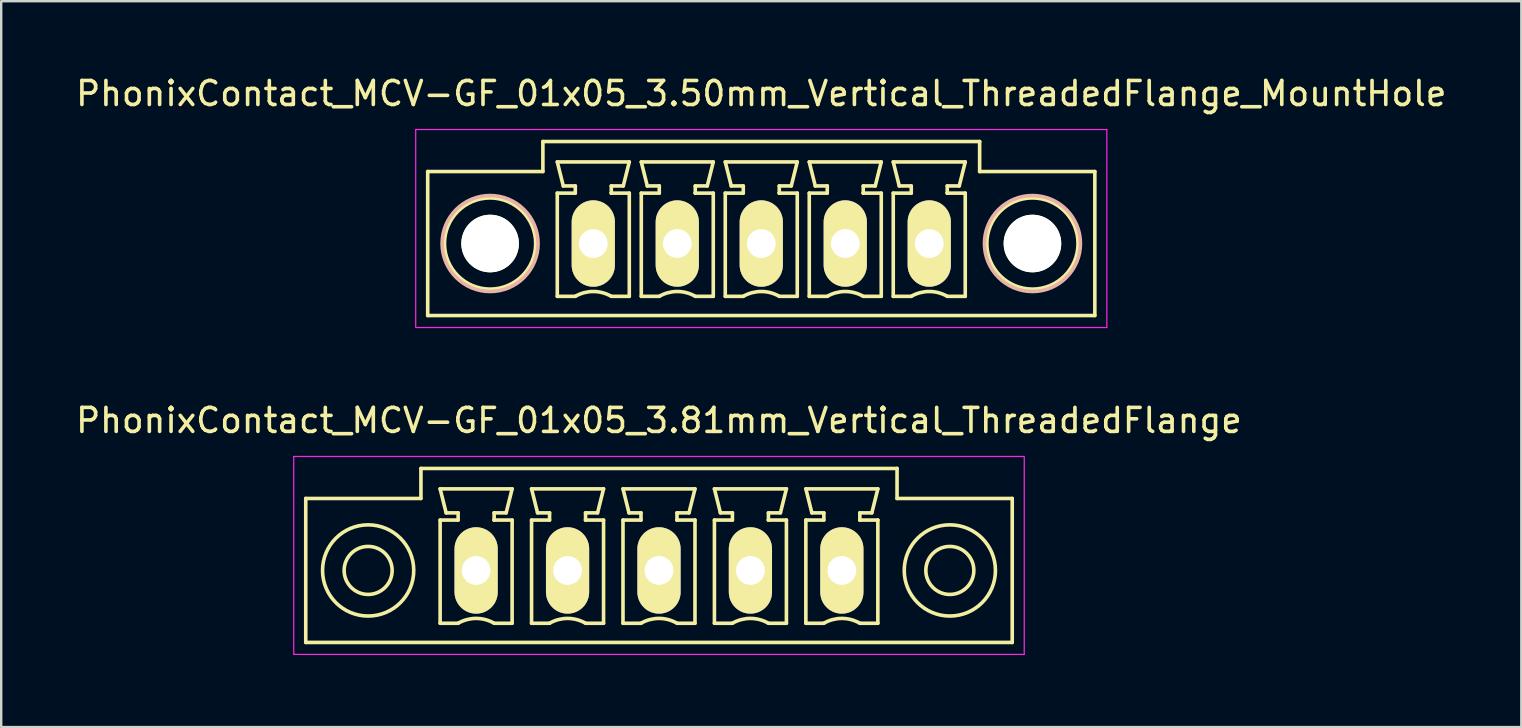
<source format=kicad_pcb>
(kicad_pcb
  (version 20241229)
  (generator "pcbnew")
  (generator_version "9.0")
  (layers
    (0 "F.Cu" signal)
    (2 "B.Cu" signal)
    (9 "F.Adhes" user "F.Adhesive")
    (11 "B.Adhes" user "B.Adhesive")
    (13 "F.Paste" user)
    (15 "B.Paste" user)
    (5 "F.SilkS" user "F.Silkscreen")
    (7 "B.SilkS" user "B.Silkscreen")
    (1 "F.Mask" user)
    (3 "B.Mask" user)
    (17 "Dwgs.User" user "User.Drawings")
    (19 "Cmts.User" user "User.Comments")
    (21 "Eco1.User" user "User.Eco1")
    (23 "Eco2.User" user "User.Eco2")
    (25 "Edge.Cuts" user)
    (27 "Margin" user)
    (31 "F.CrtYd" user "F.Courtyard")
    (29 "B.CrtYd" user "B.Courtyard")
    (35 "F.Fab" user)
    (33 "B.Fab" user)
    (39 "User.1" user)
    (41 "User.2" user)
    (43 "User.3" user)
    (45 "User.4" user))
  (footprint "PhonixContact_MCV-GF_01x05_3.81mm_Vertical_ThreadedFlange"
    (layer "F.Cu")
    (at 16.791 20.721)
    (property "Reference" "PhonixContact_MCV-GF_01x05_3.81mm_Vertical_ThreadedFlange" (at 7.62 -6.25 0) (layer "F.SilkS") (effects (font (size 1 1) (thickness 0.15))))
    (attr through_hole)
    (fp_line (start -7.1 -3) (end -7.1 3) (stroke (width 0.15) (type solid)) (layer "F.SilkS"))
    (fp_line (start -7.1 3) (end 22.34 3) (stroke (width 0.15) (type solid)) (layer "F.SilkS"))
    (fp_line (start -2.3 -4.25) (end -2.3 -3) (stroke (width 0.15) (type solid)) (layer "F.SilkS"))
    (fp_line (start -2.3 -3) (end -7.1 -3) (stroke (width 0.15) (type solid)) (layer "F.SilkS"))
    (fp_line (start -1.5 -3.4) (end 1.5 -3.4) (stroke (width 0.15) (type solid)) (layer "F.SilkS"))
    (fp_line (start -1.5 -2.1) (end -0.75 -2.1) (stroke (width 0.15) (type solid)) (layer "F.SilkS"))
    (fp_line (start -1.5 2.2) (end -1.5 -2.1) (stroke (width 0.15) (type solid)) (layer "F.SilkS"))
    (fp_line (start -1.25 -2.4) (end -1.5 -3.4) (stroke (width 0.15) (type solid)) (layer "F.SilkS"))
    (fp_line (start -0.75 -2.4) (end -1.25 -2.4) (stroke (width 0.15) (type solid)) (layer "F.SilkS"))
    (fp_line (start -0.75 -2.1) (end -0.75 -2.4) (stroke (width 0.15) (type solid)) (layer "F.SilkS"))
    (fp_line (start -0.75 2.2) (end -1.5 2.2) (stroke (width 0.15) (type solid)) (layer "F.SilkS"))
    (fp_line (start 0.75 -2.4) (end 0.75 -2.1) (stroke (width 0.15) (type solid)) (layer "F.SilkS"))
    (fp_line (start 0.75 -2.1) (end 0.75 -2.1) (stroke (width 0.15) (type solid)) (layer "F.SilkS"))
    (fp_line (start 0.75 -2.1) (end 1.5 -2.1) (stroke (width 0.15) (type solid)) (layer "F.SilkS"))
    (fp_line (start 1.25 -2.4) (end 0.75 -2.4) (stroke (width 0.15) (type solid)) (layer "F.SilkS"))
    (fp_line (start 1.5 -3.4) (end 1.25 -2.4) (stroke (width 0.15) (type solid)) (layer "F.SilkS"))
    (fp_line (start 1.5 -2.1) (end 1.5 2.2) (stroke (width 0.15) (type solid)) (layer "F.SilkS"))
    (fp_line (start 1.5 2.2) (end 0.75 2.2) (stroke (width 0.15) (type solid)) (layer "F.SilkS"))
    (fp_line (start 2.31 -3.4) (end 5.31 -3.4) (stroke (width 0.15) (type solid)) (layer "F.SilkS"))
    (fp_line (start 2.31 -2.1) (end 3.06 -2.1) (stroke (width 0.15) (type solid)) (layer "F.SilkS"))
    (fp_line (start 2.31 2.2) (end 2.31 -2.1) (stroke (width 0.15) (type solid)) (layer "F.SilkS"))
    (fp_line (start 2.56 -2.4) (end 2.31 -3.4) (stroke (width 0.15) (type solid)) (layer "F.SilkS"))
    (fp_line (start 3.06 -2.4) (end 2.56 -2.4) (stroke (width 0.15) (type solid)) (layer "F.SilkS"))
    (fp_line (start 3.06 -2.1) (end 3.06 -2.4) (stroke (width 0.15) (type solid)) (layer "F.SilkS"))
    (fp_line (start 3.06 2.2) (end 2.31 2.2) (stroke (width 0.15) (type solid)) (layer "F.SilkS"))
    (fp_line (start 4.56 -2.4) (end 4.56 -2.1) (stroke (width 0.15) (type solid)) (layer "F.SilkS"))
    (fp_line (start 4.56 -2.1) (end 4.56 -2.1) (stroke (width 0.15) (type solid)) (layer "F.SilkS"))
    (fp_line (start 4.56 -2.1) (end 5.31 -2.1) (stroke (width 0.15) (type solid)) (layer "F.SilkS"))
    (fp_line (start 5.06 -2.4) (end 4.56 -2.4) (stroke (width 0.15) (type solid)) (layer "F.SilkS"))
    (fp_line (start 5.31 -3.4) (end 5.06 -2.4) (stroke (width 0.15) (type solid)) (layer "F.SilkS"))
    (fp_line (start 5.31 -2.1) (end 5.31 2.2) (stroke (width 0.15) (type solid)) (layer "F.SilkS"))
    (fp_line (start 5.31 2.2) (end 4.56 2.2) (stroke (width 0.15) (type solid)) (layer "F.SilkS"))
    (fp_line (start 6.12 -3.4) (end 9.12 -3.4) (stroke (width 0.15) (type solid)) (layer "F.SilkS"))
    (fp_line (start 6.12 -2.1) (end 6.87 -2.1) (stroke (width 0.15) (type solid)) (layer "F.SilkS"))
    (fp_line (start 6.12 2.2) (end 6.12 -2.1) (stroke (width 0.15) (type solid)) (layer "F.SilkS"))
    (fp_line (start 6.37 -2.4) (end 6.12 -3.4) (stroke (width 0.15) (type solid)) (layer "F.SilkS"))
    (fp_line (start 6.87 -2.4) (end 6.37 -2.4) (stroke (width 0.15) (type solid)) (layer "F.SilkS"))
    (fp_line (start 6.87 -2.1) (end 6.87 -2.4) (stroke (width 0.15) (type solid)) (layer "F.SilkS"))
    (fp_line (start 6.87 2.2) (end 6.12 2.2) (stroke (width 0.15) (type solid)) (layer "F.SilkS"))
    (fp_line (start 8.37 -2.4) (end 8.37 -2.1) (stroke (width 0.15) (type solid)) (layer "F.SilkS"))
    (fp_line (start 8.37 -2.1) (end 8.37 -2.1) (stroke (width 0.15) (type solid)) (layer "F.SilkS"))
    (fp_line (start 8.37 -2.1) (end 9.12 -2.1) (stroke (width 0.15) (type solid)) (layer "F.SilkS"))
    (fp_line (start 8.87 -2.4) (end 8.37 -2.4) (stroke (width 0.15) (type solid)) (layer "F.SilkS"))
    (fp_line (start 9.12 -3.4) (end 8.87 -2.4) (stroke (width 0.15) (type solid)) (layer "F.SilkS"))
    (fp_line (start 9.12 -2.1) (end 9.12 2.2) (stroke (width 0.15) (type solid)) (layer "F.SilkS"))
    (fp_line (start 9.12 2.2) (end 8.37 2.2) (stroke (width 0.15) (type solid)) (layer "F.SilkS"))
    (fp_line (start 9.93 -3.4) (end 12.93 -3.4) (stroke (width 0.15) (type solid)) (layer "F.SilkS"))
    (fp_line (start 9.93 -2.1) (end 10.68 -2.1) (stroke (width 0.15) (type solid)) (layer "F.SilkS"))
    (fp_line (start 9.93 2.2) (end 9.93 -2.1) (stroke (width 0.15) (type solid)) (layer "F.SilkS"))
    (fp_line (start 10.18 -2.4) (end 9.93 -3.4) (stroke (width 0.15) (type solid)) (layer "F.SilkS"))
    (fp_line (start 10.68 -2.4) (end 10.18 -2.4) (stroke (width 0.15) (type solid)) (layer "F.SilkS"))
    (fp_line (start 10.68 -2.1) (end 10.68 -2.4) (stroke (width 0.15) (type solid)) (layer "F.SilkS"))
    (fp_line (start 10.68 2.2) (end 9.93 2.2) (stroke (width 0.15) (type solid)) (layer "F.SilkS"))
    (fp_line (start 12.18 -2.4) (end 12.18 -2.1) (stroke (width 0.15) (type solid)) (layer "F.SilkS"))
    (fp_line (start 12.18 -2.1) (end 12.18 -2.1) (stroke (width 0.15) (type solid)) (layer "F.SilkS"))
    (fp_line (start 12.18 -2.1) (end 12.93 -2.1) (stroke (width 0.15) (type solid)) (layer "F.SilkS"))
    (fp_line (start 12.68 -2.4) (end 12.18 -2.4) (stroke (width 0.15) (type solid)) (layer "F.SilkS"))
    (fp_line (start 12.93 -3.4) (end 12.68 -2.4) (stroke (width 0.15) (type solid)) (layer "F.SilkS"))
    (fp_line (start 12.93 -2.1) (end 12.93 2.2) (stroke (width 0.15) (type solid)) (layer "F.SilkS"))
    (fp_line (start 12.93 2.2) (end 12.18 2.2) (stroke (width 0.15) (type solid)) (layer "F.SilkS"))
    (fp_line (start 13.74 -3.4) (end 16.74 -3.4) (stroke (width 0.15) (type solid)) (layer "F.SilkS"))
    (fp_line (start 13.74 -2.1) (end 14.49 -2.1) (stroke (width 0.15) (type solid)) (layer "F.SilkS"))
    (fp_line (start 13.74 2.2) (end 13.74 -2.1) (stroke (width 0.15) (type solid)) (layer "F.SilkS"))
    (fp_line (start 13.99 -2.4) (end 13.74 -3.4) (stroke (width 0.15) (type solid)) (layer "F.SilkS"))
    (fp_line (start 14.49 -2.4) (end 13.99 -2.4) (stroke (width 0.15) (type solid)) (layer "F.SilkS"))
    (fp_line (start 14.49 -2.1) (end 14.49 -2.4) (stroke (width 0.15) (type solid)) (layer "F.SilkS"))
    (fp_line (start 14.49 2.2) (end 13.74 2.2) (stroke (width 0.15) (type solid)) (layer "F.SilkS"))
    (fp_line (start 15.99 -2.4) (end 15.99 -2.1) (stroke (width 0.15) (type solid)) (layer "F.SilkS"))
    (fp_line (start 15.99 -2.1) (end 15.99 -2.1) (stroke (width 0.15) (type solid)) (layer "F.SilkS"))
    (fp_line (start 15.99 -2.1) (end 16.74 -2.1) (stroke (width 0.15) (type solid)) (layer "F.SilkS"))
    (fp_line (start 16.49 -2.4) (end 15.99 -2.4) (stroke (width 0.15) (type solid)) (layer "F.SilkS"))
    (fp_line (start 16.74 -3.4) (end 16.49 -2.4) (stroke (width 0.15) (type solid)) (layer "F.SilkS"))
    (fp_line (start 16.74 -2.1) (end 16.74 2.2) (stroke (width 0.15) (type solid)) (layer "F.SilkS"))
    (fp_line (start 16.74 2.2) (end 15.99 2.2) (stroke (width 0.15) (type solid)) (layer "F.SilkS"))
    (fp_line (start 17.54 -4.25) (end -2.3 -4.25) (stroke (width 0.15) (type solid)) (layer "F.SilkS"))
    (fp_line (start 17.54 -3) (end 17.54 -4.25) (stroke (width 0.15) (type solid)) (layer "F.SilkS"))
    (fp_line (start 22.34 -3) (end 17.54 -3) (stroke (width 0.15) (type solid)) (layer "F.SilkS"))
    (fp_line (start 22.34 3) (end 22.34 -3) (stroke (width 0.15) (type solid)) (layer "F.SilkS"))
    (fp_arc (start -0.75 2.2) (mid -0.006068 1.999179) (end 0.739464 2.193978) (stroke (width 0.15) (type solid)) (layer "F.SilkS"))
    (fp_arc (start 3.06 2.2) (mid 3.803932 1.999179) (end 4.549464 2.193978) (stroke (width 0.15) (type solid)) (layer "F.SilkS"))
    (fp_arc (start 6.87 2.2) (mid 7.613932 1.999179) (end 8.359464 2.193978) (stroke (width 0.15) (type solid)) (layer "F.SilkS"))
    (fp_arc (start 10.68 2.2) (mid 11.423932 1.999179) (end 12.169464 2.193978) (stroke (width 0.15) (type solid)) (layer "F.SilkS"))
    (fp_arc (start 14.49 2.2) (mid 15.233932 1.999179) (end 15.979464 2.193978) (stroke (width 0.15) (type solid)) (layer "F.SilkS"))
    (fp_circle (center -4.5 0) (end -3.5 0) (stroke (width 0.15) (type solid)) (fill no) (layer "F.SilkS"))
    (fp_circle (center -4.5 0) (end -2.6 0) (stroke (width 0.15) (type solid)) (fill no) (layer "F.SilkS"))
    (fp_circle (center 19.74 0) (end 20.74 0) (stroke (width 0.15) (type solid)) (fill no) (layer "F.SilkS"))
    (fp_circle (center 19.74 0) (end 21.64 0) (stroke (width 0.15) (type solid)) (fill no) (layer "F.SilkS"))
    (fp_line (start -7.6 -4.75) (end -7.6 3.5) (stroke (width 0.05) (type solid)) (layer "F.CrtYd"))
    (fp_line (start -7.6 3.5) (end 22.84 3.5) (stroke (width 0.05) (type solid)) (layer "F.CrtYd"))
    (fp_line (start 22.84 -4.75) (end -7.6 -4.75) (stroke (width 0.05) (type solid)) (layer "F.CrtYd"))
    (fp_line (start 22.84 3.5) (end 22.84 -4.75) (stroke (width 0.05) (type solid)) (layer "F.CrtYd"))
    (pad "1" thru_hole oval (at 0 0) (size 1.8 3.6) (drill 1.2) (layers "*.Cu" "*.Mask" "F.SilkS"))
    (pad "2" thru_hole oval (at 3.81 0) (size 1.8 3.6) (drill 1.2) (layers "*.Cu" "*.Mask" "F.SilkS"))
    (pad "3" thru_hole oval (at 7.62 0) (size 1.8 3.6) (drill 1.2) (layers "*.Cu" "*.Mask" "F.SilkS"))
    (pad "4" thru_hole oval (at 11.43 0) (size 1.8 3.6) (drill 1.2) (layers "*.Cu" "*.Mask" "F.SilkS"))
    (pad "5" thru_hole oval (at 15.24 0) (size 1.8 3.6) (drill 1.2) (layers "*.Cu" "*.Mask" "F.SilkS")))
  (footprint "PhonixContact_MCV-GF_01x05_3.50mm_Vertical_ThreadedFlange_MountHole"
    (layer "F.Cu")
    (at 21.673 7.098)
    (property "Reference" "PhonixContact_MCV-GF_01x05_3.50mm_Vertical_ThreadedFlange_MountHole" (at 7 -6.25 0) (layer "F.SilkS") (effects (font (size 1 1) (thickness 0.15))))
    (attr through_hole)
    (fp_line (start -6.9 -3) (end -6.9 3) (stroke (width 0.15) (type solid)) (layer "F.SilkS"))
    (fp_line (start -6.9 3) (end 20.9 3) (stroke (width 0.15) (type solid)) (layer "F.SilkS"))
    (fp_line (start -2.1 -4.25) (end -2.1 -3) (stroke (width 0.15) (type solid)) (layer "F.SilkS"))
    (fp_line (start -2.1 -3) (end -6.9 -3) (stroke (width 0.15) (type solid)) (layer "F.SilkS"))
    (fp_line (start -1.5 -3.4) (end 1.5 -3.4) (stroke (width 0.15) (type solid)) (layer "F.SilkS"))
    (fp_line (start -1.5 -2.1) (end -0.75 -2.1) (stroke (width 0.15) (type solid)) (layer "F.SilkS"))
    (fp_line (start -1.5 2.2) (end -1.5 -2.1) (stroke (width 0.15) (type solid)) (layer "F.SilkS"))
    (fp_line (start -1.25 -2.4) (end -1.5 -3.4) (stroke (width 0.15) (type solid)) (layer "F.SilkS"))
    (fp_line (start -0.75 -2.4) (end -1.25 -2.4) (stroke (width 0.15) (type solid)) (layer "F.SilkS"))
    (fp_line (start -0.75 -2.1) (end -0.75 -2.4) (stroke (width 0.15) (type solid)) (layer "F.SilkS"))
    (fp_line (start -0.75 2.2) (end -1.5 2.2) (stroke (width 0.15) (type solid)) (layer "F.SilkS"))
    (fp_line (start 0.75 -2.4) (end 0.75 -2.1) (stroke (width 0.15) (type solid)) (layer "F.SilkS"))
    (fp_line (start 0.75 -2.1) (end 0.75 -2.1) (stroke (width 0.15) (type solid)) (layer "F.SilkS"))
    (fp_line (start 0.75 -2.1) (end 1.5 -2.1) (stroke (width 0.15) (type solid)) (layer "F.SilkS"))
    (fp_line (start 1.25 -2.4) (end 0.75 -2.4) (stroke (width 0.15) (type solid)) (layer "F.SilkS"))
    (fp_line (start 1.5 -3.4) (end 1.25 -2.4) (stroke (width 0.15) (type solid)) (layer "F.SilkS"))
    (fp_line (start 1.5 -2.1) (end 1.5 2.2) (stroke (width 0.15) (type solid)) (layer "F.SilkS"))
    (fp_line (start 1.5 2.2) (end 0.75 2.2) (stroke (width 0.15) (type solid)) (layer "F.SilkS"))
    (fp_line (start 2 -3.4) (end 5 -3.4) (stroke (width 0.15) (type solid)) (layer "F.SilkS"))
    (fp_line (start 2 -2.1) (end 2.75 -2.1) (stroke (width 0.15) (type solid)) (layer "F.SilkS"))
    (fp_line (start 2 2.2) (end 2 -2.1) (stroke (width 0.15) (type solid)) (layer "F.SilkS"))
    (fp_line (start 2.25 -2.4) (end 2 -3.4) (stroke (width 0.15) (type solid)) (layer "F.SilkS"))
    (fp_line (start 2.75 -2.4) (end 2.25 -2.4) (stroke (width 0.15) (type solid)) (layer "F.SilkS"))
    (fp_line (start 2.75 -2.1) (end 2.75 -2.4) (stroke (width 0.15) (type solid)) (layer "F.SilkS"))
    (fp_line (start 2.75 2.2) (end 2 2.2) (stroke (width 0.15) (type solid)) (layer "F.SilkS"))
    (fp_line (start 4.25 -2.4) (end 4.25 -2.1) (stroke (width 0.15) (type solid)) (layer "F.SilkS"))
    (fp_line (start 4.25 -2.1) (end 4.25 -2.1) (stroke (width 0.15) (type solid)) (layer "F.SilkS"))
    (fp_line (start 4.25 -2.1) (end 5 -2.1) (stroke (width 0.15) (type solid)) (layer "F.SilkS"))
    (fp_line (start 4.75 -2.4) (end 4.25 -2.4) (stroke (width 0.15) (type solid)) (layer "F.SilkS"))
    (fp_line (start 5 -3.4) (end 4.75 -2.4) (stroke (width 0.15) (type solid)) (layer "F.SilkS"))
    (fp_line (start 5 -2.1) (end 5 2.2) (stroke (width 0.15) (type solid)) (layer "F.SilkS"))
    (fp_line (start 5 2.2) (end 4.25 2.2) (stroke (width 0.15) (type solid)) (layer "F.SilkS"))
    (fp_line (start 5.5 -3.4) (end 8.5 -3.4) (stroke (width 0.15) (type solid)) (layer "F.SilkS"))
    (fp_line (start 5.5 -2.1) (end 6.25 -2.1) (stroke (width 0.15) (type solid)) (layer "F.SilkS"))
    (fp_line (start 5.5 2.2) (end 5.5 -2.1) (stroke (width 0.15) (type solid)) (layer "F.SilkS"))
    (fp_line (start 5.75 -2.4) (end 5.5 -3.4) (stroke (width 0.15) (type solid)) (layer "F.SilkS"))
    (fp_line (start 6.25 -2.4) (end 5.75 -2.4) (stroke (width 0.15) (type solid)) (layer "F.SilkS"))
    (fp_line (start 6.25 -2.1) (end 6.25 -2.4) (stroke (width 0.15) (type solid)) (layer "F.SilkS"))
    (fp_line (start 6.25 2.2) (end 5.5 2.2) (stroke (width 0.15) (type solid)) (layer "F.SilkS"))
    (fp_line (start 7.75 -2.4) (end 7.75 -2.1) (stroke (width 0.15) (type solid)) (layer "F.SilkS"))
    (fp_line (start 7.75 -2.1) (end 7.75 -2.1) (stroke (width 0.15) (type solid)) (layer "F.SilkS"))
    (fp_line (start 7.75 -2.1) (end 8.5 -2.1) (stroke (width 0.15) (type solid)) (layer "F.SilkS"))
    (fp_line (start 8.25 -2.4) (end 7.75 -2.4) (stroke (width 0.15) (type solid)) (layer "F.SilkS"))
    (fp_line (start 8.5 -3.4) (end 8.25 -2.4) (stroke (width 0.15) (type solid)) (layer "F.SilkS"))
    (fp_line (start 8.5 -2.1) (end 8.5 2.2) (stroke (width 0.15) (type solid)) (layer "F.SilkS"))
    (fp_line (start 8.5 2.2) (end 7.75 2.2) (stroke (width 0.15) (type solid)) (layer "F.SilkS"))
    (fp_line (start 9 -3.4) (end 12 -3.4) (stroke (width 0.15) (type solid)) (layer "F.SilkS"))
    (fp_line (start 9 -2.1) (end 9.75 -2.1) (stroke (width 0.15) (type solid)) (layer "F.SilkS"))
    (fp_line (start 9 2.2) (end 9 -2.1) (stroke (width 0.15) (type solid)) (layer "F.SilkS"))
    (fp_line (start 9.25 -2.4) (end 9 -3.4) (stroke (width 0.15) (type solid)) (layer "F.SilkS"))
    (fp_line (start 9.75 -2.4) (end 9.25 -2.4) (stroke (width 0.15) (type solid)) (layer "F.SilkS"))
    (fp_line (start 9.75 -2.1) (end 9.75 -2.4) (stroke (width 0.15) (type solid)) (layer "F.SilkS"))
    (fp_line (start 9.75 2.2) (end 9 2.2) (stroke (width 0.15) (type solid)) (layer "F.SilkS"))
    (fp_line (start 11.25 -2.4) (end 11.25 -2.1) (stroke (width 0.15) (type solid)) (layer "F.SilkS"))
    (fp_line (start 11.25 -2.1) (end 11.25 -2.1) (stroke (width 0.15) (type solid)) (layer "F.SilkS"))
    (fp_line (start 11.25 -2.1) (end 12 -2.1) (stroke (width 0.15) (type solid)) (layer "F.SilkS"))
    (fp_line (start 11.75 -2.4) (end 11.25 -2.4) (stroke (width 0.15) (type solid)) (layer "F.SilkS"))
    (fp_line (start 12 -3.4) (end 11.75 -2.4) (stroke (width 0.15) (type solid)) (layer "F.SilkS"))
    (fp_line (start 12 -2.1) (end 12 2.2) (stroke (width 0.15) (type solid)) (layer "F.SilkS"))
    (fp_line (start 12 2.2) (end 11.25 2.2) (stroke (width 0.15) (type solid)) (layer "F.SilkS"))
    (fp_line (start 12.5 -3.4) (end 15.5 -3.4) (stroke (width 0.15) (type solid)) (layer "F.SilkS"))
    (fp_line (start 12.5 -2.1) (end 13.25 -2.1) (stroke (width 0.15) (type solid)) (layer "F.SilkS"))
    (fp_line (start 12.5 2.2) (end 12.5 -2.1) (stroke (width 0.15) (type solid)) (layer "F.SilkS"))
    (fp_line (start 12.75 -2.4) (end 12.5 -3.4) (stroke (width 0.15) (type solid)) (layer "F.SilkS"))
    (fp_line (start 13.25 -2.4) (end 12.75 -2.4) (stroke (width 0.15) (type solid)) (layer "F.SilkS"))
    (fp_line (start 13.25 -2.1) (end 13.25 -2.4) (stroke (width 0.15) (type solid)) (layer "F.SilkS"))
    (fp_line (start 13.25 2.2) (end 12.5 2.2) (stroke (width 0.15) (type solid)) (layer "F.SilkS"))
    (fp_line (start 14.75 -2.4) (end 14.75 -2.1) (stroke (width 0.15) (type solid)) (layer "F.SilkS"))
    (fp_line (start 14.75 -2.1) (end 14.75 -2.1) (stroke (width 0.15) (type solid)) (layer "F.SilkS"))
    (fp_line (start 14.75 -2.1) (end 15.5 -2.1) (stroke (width 0.15) (type solid)) (layer "F.SilkS"))
    (fp_line (start 15.25 -2.4) (end 14.75 -2.4) (stroke (width 0.15) (type solid)) (layer "F.SilkS"))
    (fp_line (start 15.5 -3.4) (end 15.25 -2.4) (stroke (width 0.15) (type solid)) (layer "F.SilkS"))
    (fp_line (start 15.5 -2.1) (end 15.5 2.2) (stroke (width 0.15) (type solid)) (layer "F.SilkS"))
    (fp_line (start 15.5 2.2) (end 14.75 2.2) (stroke (width 0.15) (type solid)) (layer "F.SilkS"))
    (fp_line (start 16.1 -4.25) (end -2.1 -4.25) (stroke (width 0.15) (type solid)) (layer "F.SilkS"))
    (fp_line (start 16.1 -3) (end 16.1 -4.25) (stroke (width 0.15) (type solid)) (layer "F.SilkS"))
    (fp_line (start 20.9 -3) (end 16.1 -3) (stroke (width 0.15) (type solid)) (layer "F.SilkS"))
    (fp_line (start 20.9 3) (end 20.9 -3) (stroke (width 0.15) (type solid)) (layer "F.SilkS"))
    (fp_arc (start -0.75 2.2) (mid -0.006068 1.999179) (end 0.739464 2.193978) (stroke (width 0.15) (type solid)) (layer "F.SilkS"))
    (fp_arc (start 2.75 2.2) (mid 3.493932 1.999179) (end 4.239464 2.193978) (stroke (width 0.15) (type solid)) (layer "F.SilkS"))
    (fp_arc (start 6.25 2.2) (mid 6.993932 1.999179) (end 7.739464 2.193978) (stroke (width 0.15) (type solid)) (layer "F.SilkS"))
    (fp_arc (start 9.75 2.2) (mid 10.493932 1.999179) (end 11.239464 2.193978) (stroke (width 0.15) (type solid)) (layer "F.SilkS"))
    (fp_arc (start 13.25 2.2) (mid 13.993932 1.999179) (end 14.739464 2.193978) (stroke (width 0.15) (type solid)) (layer "F.SilkS"))
    (fp_circle (center -4.3 0) (end -2.4 0) (stroke (width 0.15) (type solid)) (fill no) (layer "F.SilkS"))
    (fp_circle (center 18.3 0) (end 20.2 0) (stroke (width 0.15) (type solid)) (fill no) (layer "F.SilkS"))
    (fp_circle (center -4.3 0) (end -2.3 0) (stroke (width 0.15) (type solid)) (fill no) (layer "B.SilkS"))
    (fp_circle (center 18.3 0) (end 20.3 0) (stroke (width 0.15) (type solid)) (fill no) (layer "B.SilkS"))
    (fp_line (start -7.4 -4.75) (end -7.4 3.5) (stroke (width 0.05) (type solid)) (layer "F.CrtYd"))
    (fp_line (start -7.4 3.5) (end 21.4 3.5) (stroke (width 0.05) (type solid)) (layer "F.CrtYd"))
    (fp_line (start 21.4 -4.75) (end -7.4 -4.75) (stroke (width 0.05) (type solid)) (layer "F.CrtYd"))
    (fp_line (start 21.4 3.5) (end 21.4 -4.75) (stroke (width 0.05) (type solid)) (layer "F.CrtYd"))
    (pad "" np_thru_hole circle (at -4.3 0) (size 2.4 2.4) (drill 2.4) (layers "*.Cu" "*.Mask" "F.SilkS"))
    (pad "" np_thru_hole circle (at 18.3 0) (size 2.4 2.4) (drill 2.4) (layers "*.Cu" "*.Mask" "F.SilkS"))
    (pad "1" thru_hole oval (at 0 0) (size 1.8 3.6) (drill 1.2) (layers "*.Cu" "*.Mask" "F.SilkS"))
    (pad "2" thru_hole oval (at 3.5 0) (size 1.8 3.6) (drill 1.2) (layers "*.Cu" "*.Mask" "F.SilkS"))
    (pad "3" thru_hole oval (at 7 0) (size 1.8 3.6) (drill 1.2) (layers "*.Cu" "*.Mask" "F.SilkS"))
    (pad "4" thru_hole oval (at 10.5 0) (size 1.8 3.6) (drill 1.2) (layers "*.Cu" "*.Mask" "F.SilkS"))
    (pad "5" thru_hole oval (at 14 0) (size 1.8 3.6) (drill 1.2) (layers "*.Cu" "*.Mask" "F.SilkS")))
  (gr_rect
    (start -3 -3)
    (end 60.345 27.247)
    (stroke (width 0.1) (type default))
    (fill no)
    (layer "Edge.Cuts")))
</source>
